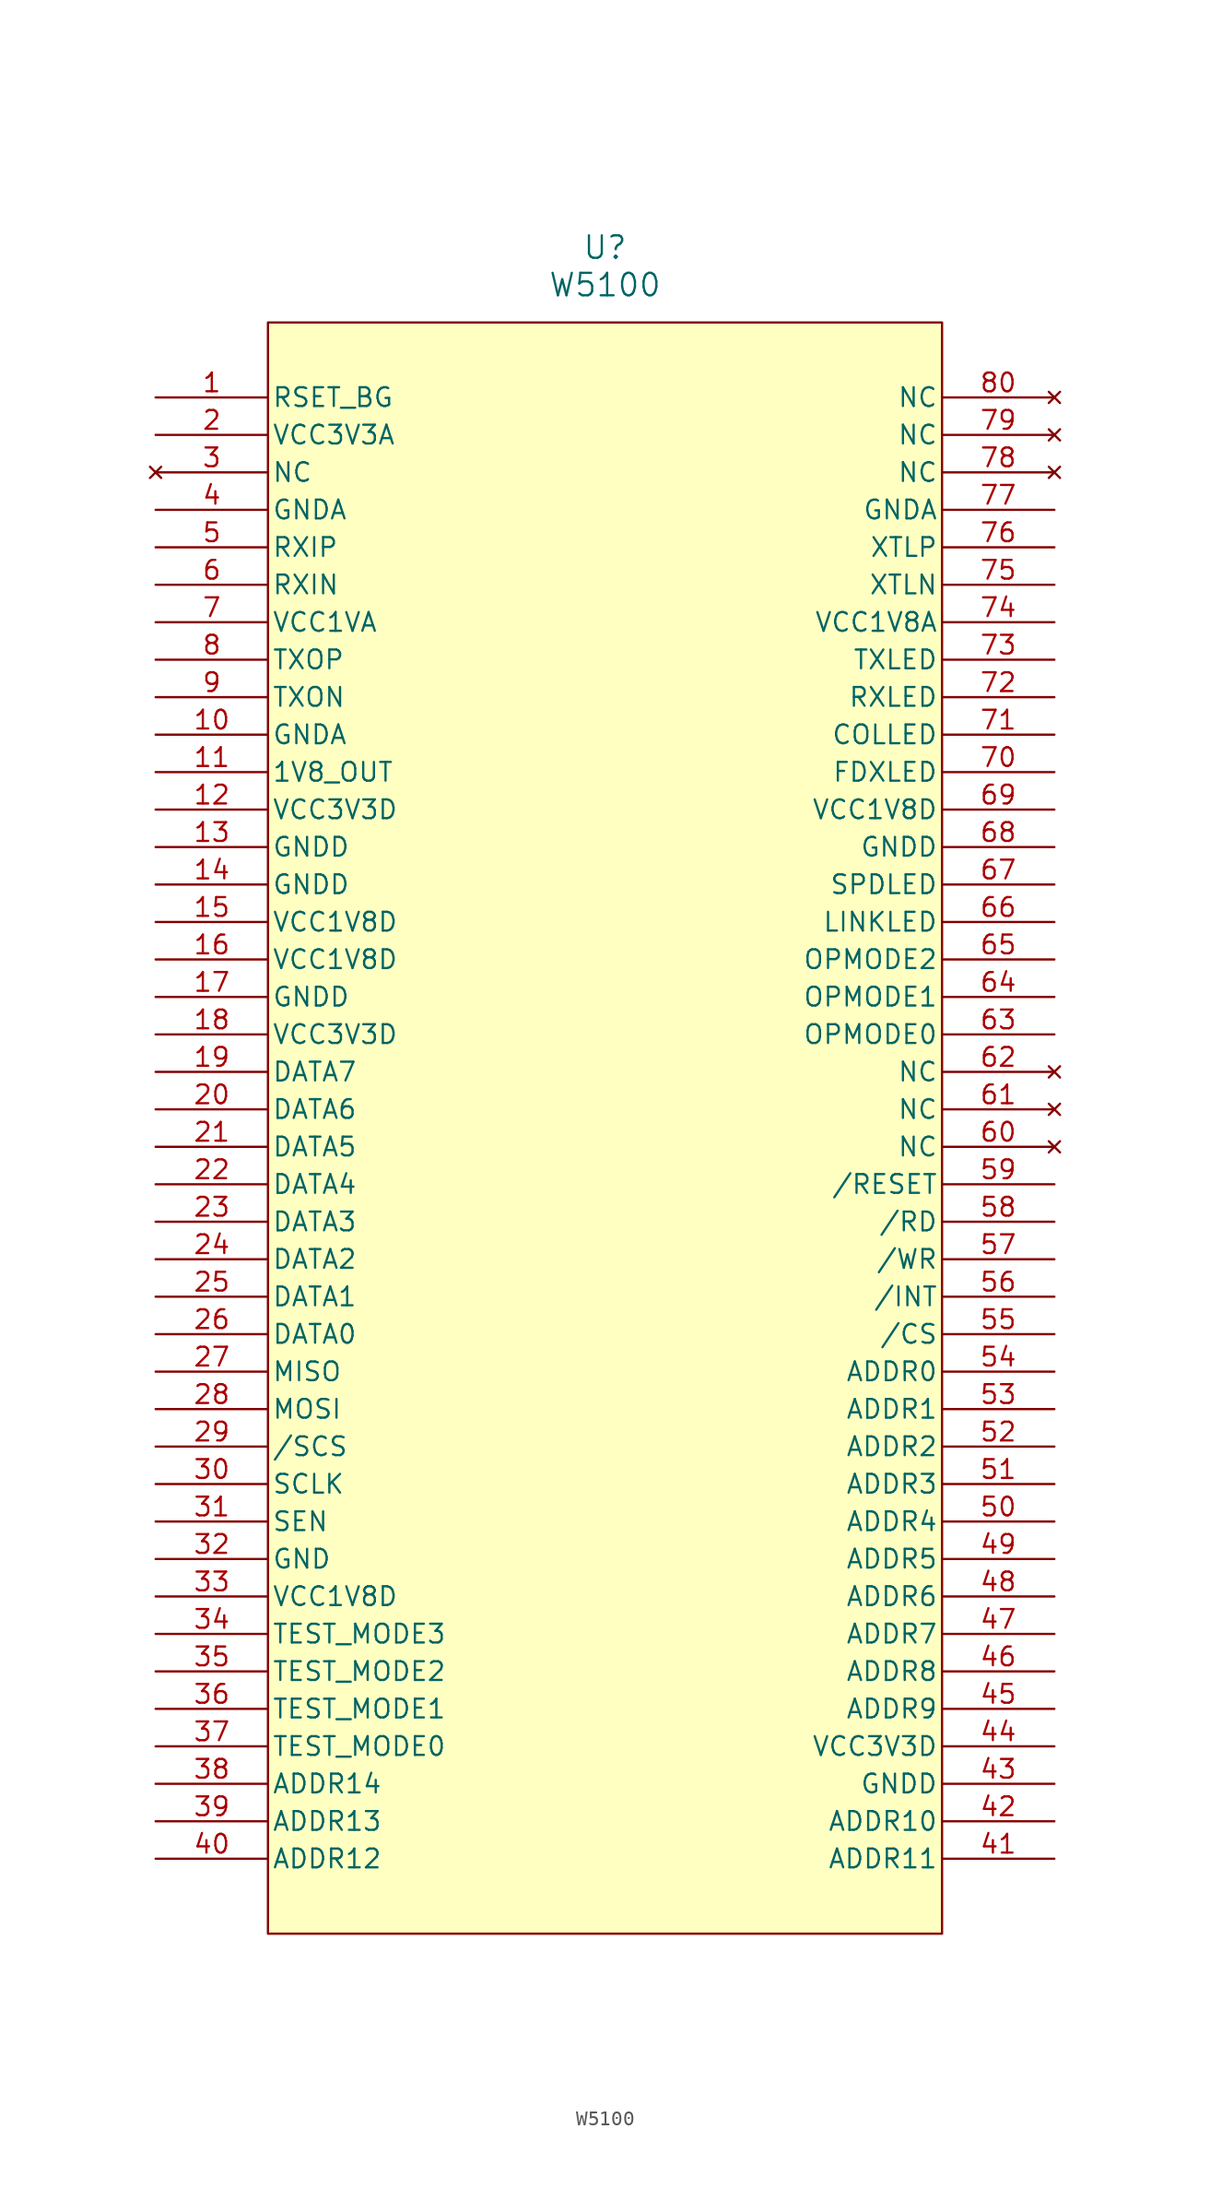
<source format=kicad_sym>
(kicad_symbol_lib
  (version 20211014)
  (generator kicad_symbol_editor)
  (symbol "W5100"
    (pin_names
      (offset 0.254))
    (property "Reference" "U"
      (at 30.48 10.16 0)
      (effects (font (size 1.524 1.524))))
    (property "Value" "W5100"
      (at 30.48 7.62 0)
      (effects (font (size 1.524 1.524))))
    (property "ki_locked" ""
      (at 0 0 0)
      (effects (font (size 1.27 1.27))))
    (symbol "W5100_0_1"
      (rectangle (start 7.62 -104.14) (end 53.34 5.08) (stroke (width 0) (type default) (color 0 0 0 0)) (fill (type background)))
      (pin unspecified line (at 0 0 0) (length 7.62) (name "RSET_BG" (effects (font (size 1.27 1.27)))) (number "1" (effects (font (size 1.27 1.27)))))
      (pin power_out line (at 0 -22.86 0) (length 7.62) (name "GNDA" (effects (font (size 1.27 1.27)))) (number "10" (effects (font (size 1.27 1.27)))))
      (pin output line (at 0 -25.4 0) (length 7.62) (name "1V8_OUT" (effects (font (size 1.27 1.27)))) (number "11" (effects (font (size 1.27 1.27)))))
      (pin power_in line (at 0 -27.94 0) (length 7.62) (name "VCC3V3D" (effects (font (size 1.27 1.27)))) (number "12" (effects (font (size 1.27 1.27)))))
      (pin power_out line (at 0 -30.48 0) (length 7.62) (name "GNDD" (effects (font (size 1.27 1.27)))) (number "13" (effects (font (size 1.27 1.27)))))
      (pin power_out line (at 0 -33.02 0) (length 7.62) (name "GNDD" (effects (font (size 1.27 1.27)))) (number "14" (effects (font (size 1.27 1.27)))))
      (pin power_in line (at 0 -35.56 0) (length 7.62) (name "VCC1V8D" (effects (font (size 1.27 1.27)))) (number "15" (effects (font (size 1.27 1.27)))))
      (pin power_in line (at 0 -38.1 0) (length 7.62) (name "VCC1V8D" (effects (font (size 1.27 1.27)))) (number "16" (effects (font (size 1.27 1.27)))))
      (pin power_out line (at 0 -40.64 0) (length 7.62) (name "GNDD" (effects (font (size 1.27 1.27)))) (number "17" (effects (font (size 1.27 1.27)))))
      (pin power_in line (at 0 -43.18 0) (length 7.62) (name "VCC3V3D" (effects (font (size 1.27 1.27)))) (number "18" (effects (font (size 1.27 1.27)))))
      (pin bidirectional line (at 0 -45.72 0) (length 7.62) (name "DATA7" (effects (font (size 1.27 1.27)))) (number "19" (effects (font (size 1.27 1.27)))))
      (pin power_in line (at 0 -2.54 0) (length 7.62) (name "VCC3V3A" (effects (font (size 1.27 1.27)))) (number "2" (effects (font (size 1.27 1.27)))))
      (pin bidirectional line (at 0 -48.26 0) (length 7.62) (name "DATA6" (effects (font (size 1.27 1.27)))) (number "20" (effects (font (size 1.27 1.27)))))
      (pin bidirectional line (at 0 -50.8 0) (length 7.62) (name "DATA5" (effects (font (size 1.27 1.27)))) (number "21" (effects (font (size 1.27 1.27)))))
      (pin bidirectional line (at 0 -53.34 0) (length 7.62) (name "DATA4" (effects (font (size 1.27 1.27)))) (number "22" (effects (font (size 1.27 1.27)))))
      (pin bidirectional line (at 0 -55.88 0) (length 7.62) (name "DATA3" (effects (font (size 1.27 1.27)))) (number "23" (effects (font (size 1.27 1.27)))))
      (pin bidirectional line (at 0 -58.42 0) (length 7.62) (name "DATA2" (effects (font (size 1.27 1.27)))) (number "24" (effects (font (size 1.27 1.27)))))
      (pin bidirectional line (at 0 -60.96 0) (length 7.62) (name "DATA1" (effects (font (size 1.27 1.27)))) (number "25" (effects (font (size 1.27 1.27)))))
      (pin bidirectional line (at 0 -63.5 0) (length 7.62) (name "DATA0" (effects (font (size 1.27 1.27)))) (number "26" (effects (font (size 1.27 1.27)))))
      (pin unspecified line (at 0 -66.04 0) (length 7.62) (name "MISO" (effects (font (size 1.27 1.27)))) (number "27" (effects (font (size 1.27 1.27)))))
      (pin unspecified line (at 0 -68.58 0) (length 7.62) (name "MOSI" (effects (font (size 1.27 1.27)))) (number "28" (effects (font (size 1.27 1.27)))))
      (pin unspecified line (at 0 -71.12 0) (length 7.62) (name "/SCS" (effects (font (size 1.27 1.27)))) (number "29" (effects (font (size 1.27 1.27)))))
      (pin no_connect line (at 0 -5.08 0) (length 7.62) (name "NC" (effects (font (size 1.27 1.27)))) (number "3" (effects (font (size 1.27 1.27)))))
      (pin unspecified line (at 0 -73.66 0) (length 7.62) (name "SCLK" (effects (font (size 1.27 1.27)))) (number "30" (effects (font (size 1.27 1.27)))))
      (pin unspecified line (at 0 -76.2 0) (length 7.62) (name "SEN" (effects (font (size 1.27 1.27)))) (number "31" (effects (font (size 1.27 1.27)))))
      (pin power_out line (at 0 -78.74 0) (length 7.62) (name "GND" (effects (font (size 1.27 1.27)))) (number "32" (effects (font (size 1.27 1.27)))))
      (pin power_in line (at 0 -81.28 0) (length 7.62) (name "VCC1V8D" (effects (font (size 1.27 1.27)))) (number "33" (effects (font (size 1.27 1.27)))))
      (pin bidirectional line (at 0 -83.82 0) (length 7.62) (name "TEST_MODE3" (effects (font (size 1.27 1.27)))) (number "34" (effects (font (size 1.27 1.27)))))
      (pin bidirectional line (at 0 -86.36 0) (length 7.62) (name "TEST_MODE2" (effects (font (size 1.27 1.27)))) (number "35" (effects (font (size 1.27 1.27)))))
      (pin bidirectional line (at 0 -88.9 0) (length 7.62) (name "TEST_MODE1" (effects (font (size 1.27 1.27)))) (number "36" (effects (font (size 1.27 1.27)))))
      (pin bidirectional line (at 0 -91.44 0) (length 7.62) (name "TEST_MODE0" (effects (font (size 1.27 1.27)))) (number "37" (effects (font (size 1.27 1.27)))))
      (pin bidirectional line (at 0 -93.98 0) (length 7.62) (name "ADDR14" (effects (font (size 1.27 1.27)))) (number "38" (effects (font (size 1.27 1.27)))))
      (pin bidirectional line (at 0 -96.52 0) (length 7.62) (name "ADDR13" (effects (font (size 1.27 1.27)))) (number "39" (effects (font (size 1.27 1.27)))))
      (pin power_out line (at 0 -7.62 0) (length 7.62) (name "GNDA" (effects (font (size 1.27 1.27)))) (number "4" (effects (font (size 1.27 1.27)))))
      (pin bidirectional line (at 0 -99.06 0) (length 7.62) (name "ADDR12" (effects (font (size 1.27 1.27)))) (number "40" (effects (font (size 1.27 1.27)))))
      (pin bidirectional line (at 60.96 -99.06 180) (length 7.62) (name "ADDR11" (effects (font (size 1.27 1.27)))) (number "41" (effects (font (size 1.27 1.27)))))
      (pin bidirectional line (at 60.96 -96.52 180) (length 7.62) (name "ADDR10" (effects (font (size 1.27 1.27)))) (number "42" (effects (font (size 1.27 1.27)))))
      (pin power_out line (at 60.96 -93.98 180) (length 7.62) (name "GNDD" (effects (font (size 1.27 1.27)))) (number "43" (effects (font (size 1.27 1.27)))))
      (pin power_in line (at 60.96 -91.44 180) (length 7.62) (name "VCC3V3D" (effects (font (size 1.27 1.27)))) (number "44" (effects (font (size 1.27 1.27)))))
      (pin bidirectional line (at 60.96 -88.9 180) (length 7.62) (name "ADDR9" (effects (font (size 1.27 1.27)))) (number "45" (effects (font (size 1.27 1.27)))))
      (pin bidirectional line (at 60.96 -86.36 180) (length 7.62) (name "ADDR8" (effects (font (size 1.27 1.27)))) (number "46" (effects (font (size 1.27 1.27)))))
      (pin bidirectional line (at 60.96 -83.82 180) (length 7.62) (name "ADDR7" (effects (font (size 1.27 1.27)))) (number "47" (effects (font (size 1.27 1.27)))))
      (pin bidirectional line (at 60.96 -81.28 180) (length 7.62) (name "ADDR6" (effects (font (size 1.27 1.27)))) (number "48" (effects (font (size 1.27 1.27)))))
      (pin bidirectional line (at 60.96 -78.74 180) (length 7.62) (name "ADDR5" (effects (font (size 1.27 1.27)))) (number "49" (effects (font (size 1.27 1.27)))))
      (pin unspecified line (at 0 -10.16 0) (length 7.62) (name "RXIP" (effects (font (size 1.27 1.27)))) (number "5" (effects (font (size 1.27 1.27)))))
      (pin bidirectional line (at 60.96 -76.2 180) (length 7.62) (name "ADDR4" (effects (font (size 1.27 1.27)))) (number "50" (effects (font (size 1.27 1.27)))))
      (pin bidirectional line (at 60.96 -73.66 180) (length 7.62) (name "ADDR3" (effects (font (size 1.27 1.27)))) (number "51" (effects (font (size 1.27 1.27)))))
      (pin bidirectional line (at 60.96 -71.12 180) (length 7.62) (name "ADDR2" (effects (font (size 1.27 1.27)))) (number "52" (effects (font (size 1.27 1.27)))))
      (pin bidirectional line (at 60.96 -68.58 180) (length 7.62) (name "ADDR1" (effects (font (size 1.27 1.27)))) (number "53" (effects (font (size 1.27 1.27)))))
      (pin bidirectional line (at 60.96 -66.04 180) (length 7.62) (name "ADDR0" (effects (font (size 1.27 1.27)))) (number "54" (effects (font (size 1.27 1.27)))))
      (pin unspecified line (at 60.96 -63.5 180) (length 7.62) (name "/CS" (effects (font (size 1.27 1.27)))) (number "55" (effects (font (size 1.27 1.27)))))
      (pin unspecified line (at 60.96 -60.96 180) (length 7.62) (name "/INT" (effects (font (size 1.27 1.27)))) (number "56" (effects (font (size 1.27 1.27)))))
      (pin unspecified line (at 60.96 -58.42 180) (length 7.62) (name "/WR" (effects (font (size 1.27 1.27)))) (number "57" (effects (font (size 1.27 1.27)))))
      (pin unspecified line (at 60.96 -55.88 180) (length 7.62) (name "/RD" (effects (font (size 1.27 1.27)))) (number "58" (effects (font (size 1.27 1.27)))))
      (pin unspecified line (at 60.96 -53.34 180) (length 7.62) (name "/RESET" (effects (font (size 1.27 1.27)))) (number "59" (effects (font (size 1.27 1.27)))))
      (pin unspecified line (at 0 -12.7 0) (length 7.62) (name "RXIN" (effects (font (size 1.27 1.27)))) (number "6" (effects (font (size 1.27 1.27)))))
      (pin no_connect line (at 60.96 -50.8 180) (length 7.62) (name "NC" (effects (font (size 1.27 1.27)))) (number "60" (effects (font (size 1.27 1.27)))))
      (pin no_connect line (at 60.96 -48.26 180) (length 7.62) (name "NC" (effects (font (size 1.27 1.27)))) (number "61" (effects (font (size 1.27 1.27)))))
      (pin no_connect line (at 60.96 -45.72 180) (length 7.62) (name "NC" (effects (font (size 1.27 1.27)))) (number "62" (effects (font (size 1.27 1.27)))))
      (pin bidirectional line (at 60.96 -43.18 180) (length 7.62) (name "OPMODE0" (effects (font (size 1.27 1.27)))) (number "63" (effects (font (size 1.27 1.27)))))
      (pin bidirectional line (at 60.96 -40.64 180) (length 7.62) (name "OPMODE1" (effects (font (size 1.27 1.27)))) (number "64" (effects (font (size 1.27 1.27)))))
      (pin bidirectional line (at 60.96 -38.1 180) (length 7.62) (name "OPMODE2" (effects (font (size 1.27 1.27)))) (number "65" (effects (font (size 1.27 1.27)))))
      (pin unspecified line (at 60.96 -35.56 180) (length 7.62) (name "LINKLED" (effects (font (size 1.27 1.27)))) (number "66" (effects (font (size 1.27 1.27)))))
      (pin unspecified line (at 60.96 -33.02 180) (length 7.62) (name "SPDLED" (effects (font (size 1.27 1.27)))) (number "67" (effects (font (size 1.27 1.27)))))
      (pin power_out line (at 60.96 -30.48 180) (length 7.62) (name "GNDD" (effects (font (size 1.27 1.27)))) (number "68" (effects (font (size 1.27 1.27)))))
      (pin power_in line (at 60.96 -27.94 180) (length 7.62) (name "VCC1V8D" (effects (font (size 1.27 1.27)))) (number "69" (effects (font (size 1.27 1.27)))))
      (pin power_in line (at 0 -15.24 0) (length 7.62) (name "VCC1VA" (effects (font (size 1.27 1.27)))) (number "7" (effects (font (size 1.27 1.27)))))
      (pin unspecified line (at 60.96 -25.4 180) (length 7.62) (name "FDXLED" (effects (font (size 1.27 1.27)))) (number "70" (effects (font (size 1.27 1.27)))))
      (pin unspecified line (at 60.96 -22.86 180) (length 7.62) (name "COLLED" (effects (font (size 1.27 1.27)))) (number "71" (effects (font (size 1.27 1.27)))))
      (pin unspecified line (at 60.96 -20.32 180) (length 7.62) (name "RXLED" (effects (font (size 1.27 1.27)))) (number "72" (effects (font (size 1.27 1.27)))))
      (pin unspecified line (at 60.96 -17.78 180) (length 7.62) (name "TXLED" (effects (font (size 1.27 1.27)))) (number "73" (effects (font (size 1.27 1.27)))))
      (pin power_in line (at 60.96 -15.24 180) (length 7.62) (name "VCC1V8A" (effects (font (size 1.27 1.27)))) (number "74" (effects (font (size 1.27 1.27)))))
      (pin unspecified line (at 60.96 -12.7 180) (length 7.62) (name "XTLN" (effects (font (size 1.27 1.27)))) (number "75" (effects (font (size 1.27 1.27)))))
      (pin unspecified line (at 60.96 -10.16 180) (length 7.62) (name "XTLP" (effects (font (size 1.27 1.27)))) (number "76" (effects (font (size 1.27 1.27)))))
      (pin power_out line (at 60.96 -7.62 180) (length 7.62) (name "GNDA" (effects (font (size 1.27 1.27)))) (number "77" (effects (font (size 1.27 1.27)))))
      (pin no_connect line (at 60.96 -5.08 180) (length 7.62) (name "NC" (effects (font (size 1.27 1.27)))) (number "78" (effects (font (size 1.27 1.27)))))
      (pin no_connect line (at 60.96 -2.54 180) (length 7.62) (name "NC" (effects (font (size 1.27 1.27)))) (number "79" (effects (font (size 1.27 1.27)))))
      (pin unspecified line (at 0 -17.78 0) (length 7.62) (name "TXOP" (effects (font (size 1.27 1.27)))) (number "8" (effects (font (size 1.27 1.27)))))
      (pin no_connect line (at 60.96 0 180) (length 7.62) (name "NC" (effects (font (size 1.27 1.27)))) (number "80" (effects (font (size 1.27 1.27)))))
      (pin unspecified line (at 0 -20.32 0) (length 7.62) (name "TXON" (effects (font (size 1.27 1.27)))) (number "9" (effects (font (size 1.27 1.27))))))))
</source>
